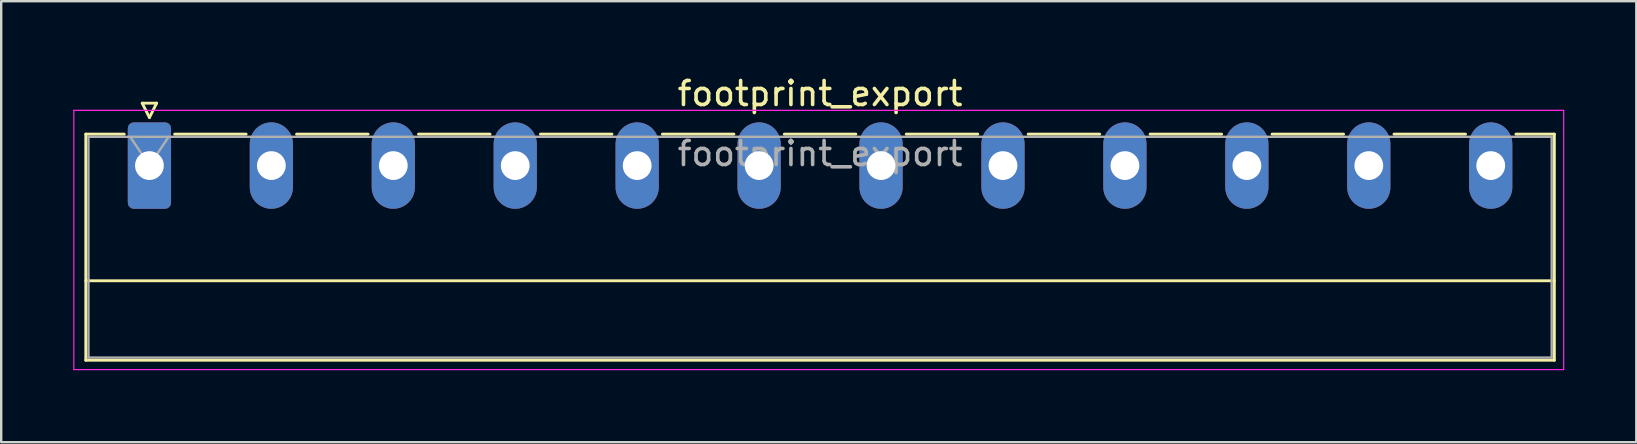
<source format=kicad_pcb>
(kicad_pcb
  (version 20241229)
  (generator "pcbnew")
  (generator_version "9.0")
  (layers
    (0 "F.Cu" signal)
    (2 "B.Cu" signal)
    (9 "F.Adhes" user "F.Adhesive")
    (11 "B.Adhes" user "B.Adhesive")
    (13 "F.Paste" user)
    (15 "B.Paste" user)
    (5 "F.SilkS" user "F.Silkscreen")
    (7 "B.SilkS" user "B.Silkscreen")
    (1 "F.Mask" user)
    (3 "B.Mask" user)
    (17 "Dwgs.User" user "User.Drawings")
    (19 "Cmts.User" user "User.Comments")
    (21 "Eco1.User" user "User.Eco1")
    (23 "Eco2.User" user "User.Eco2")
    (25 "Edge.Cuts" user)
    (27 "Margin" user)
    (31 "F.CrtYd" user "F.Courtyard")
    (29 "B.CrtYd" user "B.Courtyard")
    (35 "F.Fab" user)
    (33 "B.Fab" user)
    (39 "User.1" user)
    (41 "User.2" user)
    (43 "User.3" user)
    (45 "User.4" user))
  (footprint "footprint_export"
    (layer "F.Cu")
    (at 3.175 3.848)
    (property "Reference" "footprint_export" (at 27.94 -3 0) (layer "F.SilkS") (effects (font (size 1 1) (thickness 0.15))))
    (attr through_hole)
    (fp_line (start -2.65 -1.31) (end -2.65 8.11) (stroke (width 0.12) (type solid)) (layer "F.SilkS"))
    (fp_line (start -2.65 -1.31) (end -1.05 -1.31) (stroke (width 0.12) (type solid)) (layer "F.SilkS"))
    (fp_line (start -2.65 4.8) (end 58.53 4.8) (stroke (width 0.12) (type solid)) (layer "F.SilkS"))
    (fp_line (start -2.65 8.11) (end 58.53 8.11) (stroke (width 0.12) (type solid)) (layer "F.SilkS"))
    (fp_line (start -0.3 -2.6) (end 0.3 -2.6) (stroke (width 0.12) (type solid)) (layer "F.SilkS"))
    (fp_line (start 0 -2) (end -0.3 -2.6) (stroke (width 0.12) (type solid)) (layer "F.SilkS"))
    (fp_line (start 0.3 -2.6) (end 0 -2) (stroke (width 0.12) (type solid)) (layer "F.SilkS"))
    (fp_line (start 1.05 -1.31) (end 4.03 -1.31) (stroke (width 0.12) (type solid)) (layer "F.SilkS"))
    (fp_line (start 6.13 -1.31) (end 9.11 -1.31) (stroke (width 0.12) (type solid)) (layer "F.SilkS"))
    (fp_line (start 11.21 -1.31) (end 14.19 -1.31) (stroke (width 0.12) (type solid)) (layer "F.SilkS"))
    (fp_line (start 16.29 -1.31) (end 19.27 -1.31) (stroke (width 0.12) (type solid)) (layer "F.SilkS"))
    (fp_line (start 21.37 -1.31) (end 24.35 -1.31) (stroke (width 0.12) (type solid)) (layer "F.SilkS"))
    (fp_line (start 26.45 -1.31) (end 29.43 -1.31) (stroke (width 0.12) (type solid)) (layer "F.SilkS"))
    (fp_line (start 31.53 -1.31) (end 34.51 -1.31) (stroke (width 0.12) (type solid)) (layer "F.SilkS"))
    (fp_line (start 36.61 -1.31) (end 39.59 -1.31) (stroke (width 0.12) (type solid)) (layer "F.SilkS"))
    (fp_line (start 41.69 -1.31) (end 44.67 -1.31) (stroke (width 0.12) (type solid)) (layer "F.SilkS"))
    (fp_line (start 46.77 -1.31) (end 49.75 -1.31) (stroke (width 0.12) (type solid)) (layer "F.SilkS"))
    (fp_line (start 51.85 -1.31) (end 54.83 -1.31) (stroke (width 0.12) (type solid)) (layer "F.SilkS"))
    (fp_line (start 58.53 -1.31) (end 56.93 -1.31) (stroke (width 0.12) (type solid)) (layer "F.SilkS"))
    (fp_line (start 58.53 8.11) (end 58.53 -1.31) (stroke (width 0.12) (type solid)) (layer "F.SilkS"))
    (fp_line (start -3.15 -2.3) (end -3.15 8.5) (stroke (width 0.05) (type solid)) (layer "F.CrtYd"))
    (fp_line (start -3.15 8.5) (end 58.92 8.5) (stroke (width 0.05) (type solid)) (layer "F.CrtYd"))
    (fp_line (start 58.92 -2.3) (end -3.15 -2.3) (stroke (width 0.05) (type solid)) (layer "F.CrtYd"))
    (fp_line (start 58.92 8.5) (end 58.92 -2.3) (stroke (width 0.05) (type solid)) (layer "F.CrtYd"))
    (fp_line (start -2.54 -1.2) (end -2.54 8) (stroke (width 0.1) (type solid)) (layer "F.Fab"))
    (fp_line (start -2.54 8) (end 58.42 8) (stroke (width 0.1) (type solid)) (layer "F.Fab"))
    (fp_line (start 0 0) (end -0.8 -1.2) (stroke (width 0.1) (type solid)) (layer "F.Fab"))
    (fp_line (start 0.8 -1.2) (end 0 0) (stroke (width 0.1) (type solid)) (layer "F.Fab"))
    (fp_line (start 58.42 -1.2) (end -2.54 -1.2) (stroke (width 0.1) (type solid)) (layer "F.Fab"))
    (fp_line (start 58.42 8) (end 58.42 -1.2) (stroke (width 0.1) (type solid)) (layer "F.Fab"))
    (fp_text user "${REFERENCE}" (at 27.94 -0.5 0) (layer "F.Fab") (effects (font (size 1 1) (thickness 0.15))))
    (pad "1" thru_hole roundrect (at 0 0) (size 1.8 3.6) (drill 1.2) (layers "*.Cu" "*.Mask") (roundrect_rratio 0.139))
    (pad "2" thru_hole oval (at 5.08 0) (size 1.8 3.6) (drill 1.2) (layers "*.Cu" "*.Mask"))
    (pad "3" thru_hole oval (at 10.16 0) (size 1.8 3.6) (drill 1.2) (layers "*.Cu" "*.Mask"))
    (pad "4" thru_hole oval (at 15.24 0) (size 1.8 3.6) (drill 1.2) (layers "*.Cu" "*.Mask"))
    (pad "5" thru_hole oval (at 20.32 0) (size 1.8 3.6) (drill 1.2) (layers "*.Cu" "*.Mask"))
    (pad "6" thru_hole oval (at 25.4 0) (size 1.8 3.6) (drill 1.2) (layers "*.Cu" "*.Mask"))
    (pad "7" thru_hole oval (at 30.48 0) (size 1.8 3.6) (drill 1.2) (layers "*.Cu" "*.Mask"))
    (pad "8" thru_hole oval (at 35.56 0) (size 1.8 3.6) (drill 1.2) (layers "*.Cu" "*.Mask"))
    (pad "9" thru_hole oval (at 40.64 0) (size 1.8 3.6) (drill 1.2) (layers "*.Cu" "*.Mask"))
    (pad "10" thru_hole oval (at 45.72 0) (size 1.8 3.6) (drill 1.2) (layers "*.Cu" "*.Mask"))
    (pad "11" thru_hole oval (at 50.8 0) (size 1.8 3.6) (drill 1.2) (layers "*.Cu" "*.Mask"))
    (pad "12" thru_hole oval (at 55.88 0) (size 1.8 3.6) (drill 1.2) (layers "*.Cu" "*.Mask")))
  (gr_rect
    (start -3 -3)
    (end 65.12 15.373)
    (stroke (width 0.1) (type default))
    (fill no)
    (layer "Edge.Cuts")))
</source>
